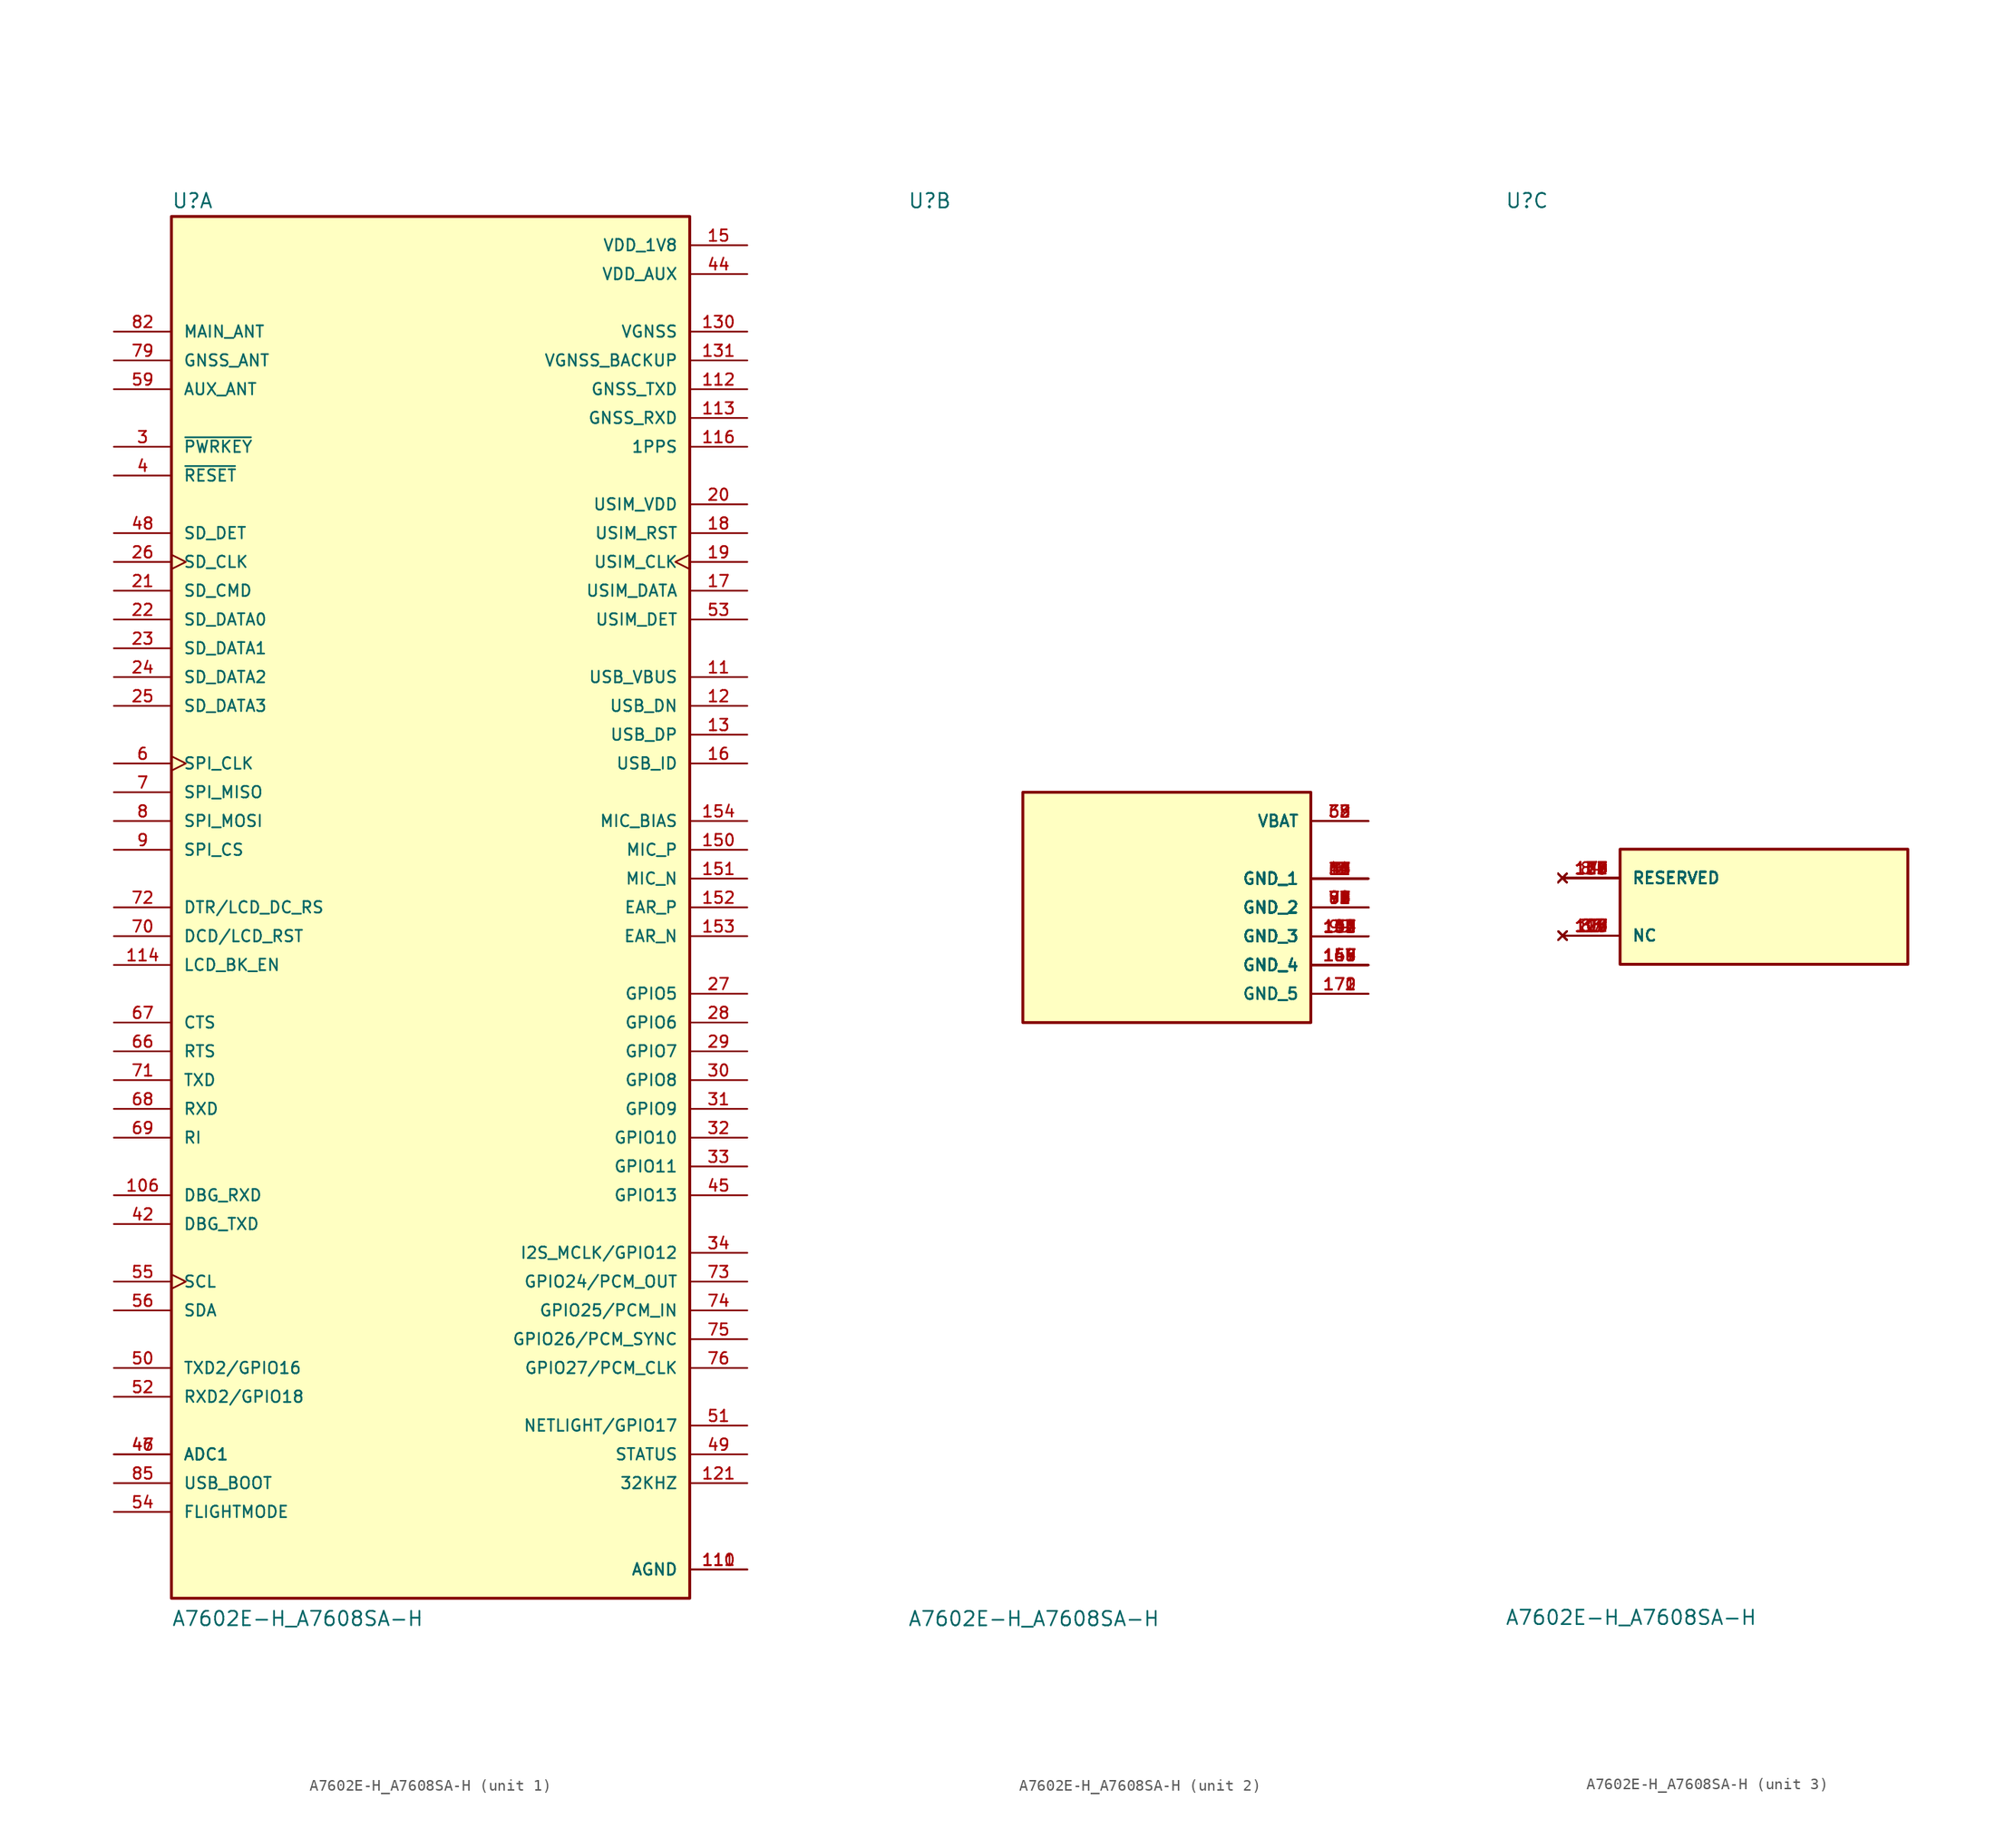
<source format=kicad_sym>
(kicad_symbol_lib
  (version 20211014)
  (generator kicad_symbol_editor)
  (symbol "A7602E-H_A7608SA-H"
    (pin_names
      (offset 1.016))
    (property "Reference" "U"
      (at -22.86 61.595 0)
      (effects (font (size 1.27 1.27)) (justify bottom left)))
    (property "Value" "A7602E-H_A7608SA-H"
      (at -22.86 -63.5 0)
      (effects (font (size 1.27 1.27)) (justify bottom left)))
    (symbol "A7602E-H_A7608SA-H_1_0"
      (rectangle (start -22.86 -60.96) (end 22.86 60.96) (stroke (width 0.254)) (fill (type background)))
      (pin input line (at -27.94 40.64 0) (length 5.08) (name "~{PWRKEY}" (effects (font (size 1.016 1.016)))) (number "3" (effects (font (size 1.016 1.016)))))
      (pin input line (at -27.94 38.1 0) (length 5.08) (name "~{RESET}" (effects (font (size 1.016 1.016)))) (number "4" (effects (font (size 1.016 1.016)))))
      (pin bidirectional line (at -27.94 27.94 0) (length 5.08) (name "SD_CMD" (effects (font (size 1.016 1.016)))) (number "21" (effects (font (size 1.016 1.016)))))
      (pin bidirectional line (at -27.94 25.4 0) (length 5.08) (name "SD_DATA0" (effects (font (size 1.016 1.016)))) (number "22" (effects (font (size 1.016 1.016)))))
      (pin output clock (at -27.94 30.48 0) (length 5.08) (name "SD_CLK" (effects (font (size 1.016 1.016)))) (number "26" (effects (font (size 1.016 1.016)))))
      (pin bidirectional line (at 27.94 27.94 180.0) (length 5.08) (name "USIM_DATA" (effects (font (size 1.016 1.016)))) (number "17" (effects (font (size 1.016 1.016)))))
      (pin output line (at 27.94 33.02 180.0) (length 5.08) (name "USIM_RST" (effects (font (size 1.016 1.016)))) (number "18" (effects (font (size 1.016 1.016)))))
      (pin output clock (at 27.94 30.48 180.0) (length 5.08) (name "USIM_CLK" (effects (font (size 1.016 1.016)))) (number "19" (effects (font (size 1.016 1.016)))))
      (pin power_in line (at 27.94 35.56 180.0) (length 5.08) (name "USIM_VDD" (effects (font (size 1.016 1.016)))) (number "20" (effects (font (size 1.016 1.016)))))
      (pin output clock (at -27.94 12.7 0) (length 5.08) (name "SPI_CLK" (effects (font (size 1.016 1.016)))) (number "6" (effects (font (size 1.016 1.016)))))
      (pin input line (at -27.94 10.16 0) (length 5.08) (name "SPI_MISO" (effects (font (size 1.016 1.016)))) (number "7" (effects (font (size 1.016 1.016)))))
      (pin output line (at -27.94 7.62 0) (length 5.08) (name "SPI_MOSI" (effects (font (size 1.016 1.016)))) (number "8" (effects (font (size 1.016 1.016)))))
      (pin output line (at -27.94 5.08 0) (length 5.08) (name "SPI_CS" (effects (font (size 1.016 1.016)))) (number "9" (effects (font (size 1.016 1.016)))))
      (pin input line (at 27.94 20.32 180.0) (length 5.08) (name "USB_VBUS" (effects (font (size 1.016 1.016)))) (number "11" (effects (font (size 1.016 1.016)))))
      (pin bidirectional line (at 27.94 17.78 180.0) (length 5.08) (name "USB_DN" (effects (font (size 1.016 1.016)))) (number "12" (effects (font (size 1.016 1.016)))))
      (pin bidirectional line (at 27.94 15.24 180.0) (length 5.08) (name "USB_DP" (effects (font (size 1.016 1.016)))) (number "13" (effects (font (size 1.016 1.016)))))
      (pin input line (at 27.94 12.7 180.0) (length 5.08) (name "USB_ID" (effects (font (size 1.016 1.016)))) (number "16" (effects (font (size 1.016 1.016)))))
      (pin output line (at -27.94 -12.7 0) (length 5.08) (name "RTS" (effects (font (size 1.016 1.016)))) (number "66" (effects (font (size 1.016 1.016)))))
      (pin input line (at -27.94 -10.16 0) (length 5.08) (name "CTS" (effects (font (size 1.016 1.016)))) (number "67" (effects (font (size 1.016 1.016)))))
      (pin input line (at -27.94 -17.78 0) (length 5.08) (name "RXD" (effects (font (size 1.016 1.016)))) (number "68" (effects (font (size 1.016 1.016)))))
      (pin output line (at -27.94 -20.32 0) (length 5.08) (name "RI" (effects (font (size 1.016 1.016)))) (number "69" (effects (font (size 1.016 1.016)))))
      (pin output line (at -27.94 -2.54 0) (length 5.08) (name "DCD/LCD_RST" (effects (font (size 1.016 1.016)))) (number "70" (effects (font (size 1.016 1.016)))))
      (pin output line (at -27.94 -15.24 0) (length 5.08) (name "TXD" (effects (font (size 1.016 1.016)))) (number "71" (effects (font (size 1.016 1.016)))))
      (pin bidirectional line (at -27.94 0.0 0) (length 5.08) (name "DTR/LCD_DC_RS" (effects (font (size 1.016 1.016)))) (number "72" (effects (font (size 1.016 1.016)))))
      (pin output clock (at -27.94 -33.02 0) (length 5.08) (name "SCL" (effects (font (size 1.016 1.016)))) (number "55" (effects (font (size 1.016 1.016)))))
      (pin bidirectional line (at -27.94 -35.56 0) (length 5.08) (name "SDA" (effects (font (size 1.016 1.016)))) (number "56" (effects (font (size 1.016 1.016)))))
      (pin bidirectional line (at 27.94 -33.02 180.0) (length 5.08) (name "GPIO24/PCM_OUT" (effects (font (size 1.016 1.016)))) (number "73" (effects (font (size 1.016 1.016)))))
      (pin bidirectional line (at 27.94 -35.56 180.0) (length 5.08) (name "GPIO25/PCM_IN" (effects (font (size 1.016 1.016)))) (number "74" (effects (font (size 1.016 1.016)))))
      (pin bidirectional line (at 27.94 -38.1 180.0) (length 5.08) (name "GPIO26/PCM_SYNC" (effects (font (size 1.016 1.016)))) (number "75" (effects (font (size 1.016 1.016)))))
      (pin bidirectional line (at 27.94 -40.64 180.0) (length 5.08) (name "GPIO27/PCM_CLK" (effects (font (size 1.016 1.016)))) (number "76" (effects (font (size 1.016 1.016)))))
      (pin input line (at -27.94 -53.34 0) (length 5.08) (name "FLIGHTMODE" (effects (font (size 1.016 1.016)))) (number "54" (effects (font (size 1.016 1.016)))))
      (pin input line (at -27.94 33.02 0) (length 5.08) (name "SD_DET" (effects (font (size 1.016 1.016)))) (number "48" (effects (font (size 1.016 1.016)))))
      (pin input line (at 27.94 25.4 180.0) (length 5.08) (name "USIM_DET" (effects (font (size 1.016 1.016)))) (number "53" (effects (font (size 1.016 1.016)))))
      (pin bidirectional line (at -27.94 50.8 0) (length 5.08) (name "MAIN_ANT" (effects (font (size 1.016 1.016)))) (number "82" (effects (font (size 1.016 1.016)))))
      (pin input line (at -27.94 48.26 0) (length 5.08) (name "GNSS_ANT" (effects (font (size 1.016 1.016)))) (number "79" (effects (font (size 1.016 1.016)))))
      (pin input line (at -27.94 45.72 0) (length 5.08) (name "AUX_ANT" (effects (font (size 1.016 1.016)))) (number "59" (effects (font (size 1.016 1.016)))))
      (pin output line (at 27.94 -50.8 180.0) (length 5.08) (name "32KHZ" (effects (font (size 1.016 1.016)))) (number "121" (effects (font (size 1.016 1.016)))))
      (pin bidirectional line (at -27.94 22.86 0) (length 5.08) (name "SD_DATA1" (effects (font (size 1.016 1.016)))) (number "23" (effects (font (size 1.016 1.016)))))
      (pin bidirectional line (at -27.94 20.32 0) (length 5.08) (name "SD_DATA2" (effects (font (size 1.016 1.016)))) (number "24" (effects (font (size 1.016 1.016)))))
      (pin bidirectional line (at -27.94 17.78 0) (length 5.08) (name "SD_DATA3" (effects (font (size 1.016 1.016)))) (number "25" (effects (font (size 1.016 1.016)))))
      (pin input line (at -27.94 -50.8 0) (length 5.08) (name "USB_BOOT" (effects (font (size 1.016 1.016)))) (number "85" (effects (font (size 1.016 1.016)))))
      (pin output line (at -27.94 -27.94 0) (length 5.08) (name "DBG_TXD" (effects (font (size 1.016 1.016)))) (number "42" (effects (font (size 1.016 1.016)))))
      (pin input line (at -27.94 -48.26 0) (length 5.08) (name "ADC1" (effects (font (size 1.016 1.016)))) (number "46" (effects (font (size 1.016 1.016)))))
      (pin input line (at -27.94 -48.26 0) (length 5.08) (name "ADC1" (effects (font (size 1.016 1.016)))) (number "47" (effects (font (size 1.016 1.016)))))
      (pin bidirectional line (at 27.94 -45.72 180.0) (length 5.08) (name "NETLIGHT/GPIO17" (effects (font (size 1.016 1.016)))) (number "51" (effects (font (size 1.016 1.016)))))
      (pin output line (at 27.94 -48.26 180.0) (length 5.08) (name "STATUS" (effects (font (size 1.016 1.016)))) (number "49" (effects (font (size 1.016 1.016)))))
      (pin input line (at -27.94 -25.4 0) (length 5.08) (name "DBG_RXD" (effects (font (size 1.016 1.016)))) (number "106" (effects (font (size 1.016 1.016)))))
      (pin bidirectional line (at -27.94 -40.64 0) (length 5.08) (name "TXD2/GPIO16" (effects (font (size 1.016 1.016)))) (number "50" (effects (font (size 1.016 1.016)))))
      (pin bidirectional line (at -27.94 -43.18 0) (length 5.08) (name "RXD2/GPIO18" (effects (font (size 1.016 1.016)))) (number "52" (effects (font (size 1.016 1.016)))))
      (pin bidirectional line (at 27.94 -30.48 180.0) (length 5.08) (name "I2S_MCLK/GPIO12" (effects (font (size 1.016 1.016)))) (number "34" (effects (font (size 1.016 1.016)))))
      (pin input line (at 27.94 5.08 180.0) (length 5.08) (name "MIC_P" (effects (font (size 1.016 1.016)))) (number "150" (effects (font (size 1.016 1.016)))))
      (pin input line (at 27.94 2.54 180.0) (length 5.08) (name "MIC_N" (effects (font (size 1.016 1.016)))) (number "151" (effects (font (size 1.016 1.016)))))
      (pin output line (at 27.94 0.0 180.0) (length 5.08) (name "EAR_P" (effects (font (size 1.016 1.016)))) (number "152" (effects (font (size 1.016 1.016)))))
      (pin output line (at 27.94 -2.54 180.0) (length 5.08) (name "EAR_N" (effects (font (size 1.016 1.016)))) (number "153" (effects (font (size 1.016 1.016)))))
      (pin output line (at 27.94 7.62 180.0) (length 5.08) (name "MIC_BIAS" (effects (font (size 1.016 1.016)))) (number "154" (effects (font (size 1.016 1.016)))))
      (pin power_in line (at 27.94 50.8 180.0) (length 5.08) (name "VGNSS" (effects (font (size 1.016 1.016)))) (number "130" (effects (font (size 1.016 1.016)))))
      (pin power_in line (at 27.94 48.26 180.0) (length 5.08) (name "VGNSS_BACKUP" (effects (font (size 1.016 1.016)))) (number "131" (effects (font (size 1.016 1.016)))))
      (pin output line (at 27.94 45.72 180.0) (length 5.08) (name "GNSS_TXD" (effects (font (size 1.016 1.016)))) (number "112" (effects (font (size 1.016 1.016)))))
      (pin input line (at 27.94 43.18 180.0) (length 5.08) (name "GNSS_RXD" (effects (font (size 1.016 1.016)))) (number "113" (effects (font (size 1.016 1.016)))))
      (pin bidirectional line (at 27.94 40.64 180.0) (length 5.08) (name "1PPS" (effects (font (size 1.016 1.016)))) (number "116" (effects (font (size 1.016 1.016)))))
      (pin bidirectional line (at 27.94 -7.62 180.0) (length 5.08) (name "GPIO5" (effects (font (size 1.016 1.016)))) (number "27" (effects (font (size 1.016 1.016)))))
      (pin bidirectional line (at 27.94 -10.16 180.0) (length 5.08) (name "GPIO6" (effects (font (size 1.016 1.016)))) (number "28" (effects (font (size 1.016 1.016)))))
      (pin bidirectional line (at 27.94 -12.7 180.0) (length 5.08) (name "GPIO7" (effects (font (size 1.016 1.016)))) (number "29" (effects (font (size 1.016 1.016)))))
      (pin bidirectional line (at 27.94 -15.24 180.0) (length 5.08) (name "GPIO8" (effects (font (size 1.016 1.016)))) (number "30" (effects (font (size 1.016 1.016)))))
      (pin bidirectional line (at 27.94 -17.78 180.0) (length 5.08) (name "GPIO9" (effects (font (size 1.016 1.016)))) (number "31" (effects (font (size 1.016 1.016)))))
      (pin bidirectional line (at 27.94 -20.32 180.0) (length 5.08) (name "GPIO10" (effects (font (size 1.016 1.016)))) (number "32" (effects (font (size 1.016 1.016)))))
      (pin bidirectional line (at 27.94 -22.86 180.0) (length 5.08) (name "GPIO11" (effects (font (size 1.016 1.016)))) (number "33" (effects (font (size 1.016 1.016)))))
      (pin bidirectional line (at 27.94 -25.4 180.0) (length 5.08) (name "GPIO13" (effects (font (size 1.016 1.016)))) (number "45" (effects (font (size 1.016 1.016)))))
      (pin output line (at -27.94 -5.08 0) (length 5.08) (name "LCD_BK_EN" (effects (font (size 1.016 1.016)))) (number "114" (effects (font (size 1.016 1.016)))))
      (pin power_in line (at 27.94 -58.42 180.0) (length 5.08) (name "AGND" (effects (font (size 1.016 1.016)))) (number "110" (effects (font (size 1.016 1.016)))))
      (pin power_in line (at 27.94 -58.42 180.0) (length 5.08) (name "AGND" (effects (font (size 1.016 1.016)))) (number "111" (effects (font (size 1.016 1.016)))))
      (pin output line (at 27.94 55.88 180.0) (length 5.08) (name "VDD_AUX" (effects (font (size 1.016 1.016)))) (number "44" (effects (font (size 1.016 1.016)))))
      (pin output line (at 27.94 58.42 180.0) (length 5.08) (name "VDD_1V8" (effects (font (size 1.016 1.016)))) (number "15" (effects (font (size 1.016 1.016))))))
    (symbol "A7602E-H_A7608SA-H_2_0"
      (rectangle (start -12.7 -10.16) (end 12.7 10.16) (stroke (width 0.254)) (fill (type background)))
      (pin power_in line (at 17.78 7.62 180.0) (length 5.08) (name "VBAT" (effects (font (size 1.016 1.016)))) (number "38" (effects (font (size 1.016 1.016)))))
      (pin power_in line (at 17.78 7.62 180.0) (length 5.08) (name "VBAT" (effects (font (size 1.016 1.016)))) (number "39" (effects (font (size 1.016 1.016)))))
      (pin power_in line (at 17.78 7.62 180.0) (length 5.08) (name "VBAT" (effects (font (size 1.016 1.016)))) (number "62" (effects (font (size 1.016 1.016)))))
      (pin power_in line (at 17.78 7.62 180.0) (length 5.08) (name "VBAT" (effects (font (size 1.016 1.016)))) (number "63" (effects (font (size 1.016 1.016)))))
      (pin power_in line (at 17.78 2.54 180.0) (length 5.08) (name "GND_1" (effects (font (size 1.016 1.016)))) (number "1" (effects (font (size 1.016 1.016)))))
      (pin power_in line (at 17.78 2.54 180.0) (length 5.08) (name "GND_1" (effects (font (size 1.016 1.016)))) (number "2" (effects (font (size 1.016 1.016)))))
      (pin power_in line (at 17.78 2.54 180.0) (length 5.08) (name "GND_1" (effects (font (size 1.016 1.016)))) (number "5" (effects (font (size 1.016 1.016)))))
      (pin power_in line (at 17.78 2.54 180.0) (length 5.08) (name "GND_1" (effects (font (size 1.016 1.016)))) (number "10" (effects (font (size 1.016 1.016)))))
      (pin power_in line (at 17.78 2.54 180.0) (length 5.08) (name "GND_1" (effects (font (size 1.016 1.016)))) (number "14" (effects (font (size 1.016 1.016)))))
      (pin power_in line (at 17.78 2.54 180.0) (length 5.08) (name "GND_1" (effects (font (size 1.016 1.016)))) (number "37" (effects (font (size 1.016 1.016)))))
      (pin power_in line (at 17.78 2.54 180.0) (length 5.08) (name "GND_1" (effects (font (size 1.016 1.016)))) (number "40" (effects (font (size 1.016 1.016)))))
      (pin power_in line (at 17.78 2.54 180.0) (length 5.08) (name "GND_1" (effects (font (size 1.016 1.016)))) (number "41" (effects (font (size 1.016 1.016)))))
      (pin power_in line (at 17.78 2.54 180.0) (length 5.08) (name "GND_1" (effects (font (size 1.016 1.016)))) (number "43" (effects (font (size 1.016 1.016)))))
      (pin power_in line (at 17.78 2.54 180.0) (length 5.08) (name "GND_1" (effects (font (size 1.016 1.016)))) (number "57" (effects (font (size 1.016 1.016)))))
      (pin power_in line (at 17.78 2.54 180.0) (length 5.08) (name "GND_1" (effects (font (size 1.016 1.016)))) (number "58" (effects (font (size 1.016 1.016)))))
      (pin power_in line (at 17.78 2.54 180.0) (length 5.08) (name "GND_1" (effects (font (size 1.016 1.016)))) (number "60" (effects (font (size 1.016 1.016)))))
      (pin power_in line (at 17.78 2.54 180.0) (length 5.08) (name "GND_1" (effects (font (size 1.016 1.016)))) (number "61" (effects (font (size 1.016 1.016)))))
      (pin power_in line (at 17.78 2.54 180.0) (length 5.08) (name "GND_1" (effects (font (size 1.016 1.016)))) (number "64" (effects (font (size 1.016 1.016)))))
      (pin power_in line (at 17.78 2.54 180.0) (length 5.08) (name "GND_1" (effects (font (size 1.016 1.016)))) (number "65" (effects (font (size 1.016 1.016)))))
      (pin power_in line (at 17.78 0.0 180.0) (length 5.08) (name "GND_2" (effects (font (size 1.016 1.016)))) (number "77" (effects (font (size 1.016 1.016)))))
      (pin power_in line (at 17.78 0.0 180.0) (length 5.08) (name "GND_2" (effects (font (size 1.016 1.016)))) (number "78" (effects (font (size 1.016 1.016)))))
      (pin power_in line (at 17.78 0.0 180.0) (length 5.08) (name "GND_2" (effects (font (size 1.016 1.016)))) (number "80" (effects (font (size 1.016 1.016)))))
      (pin power_in line (at 17.78 0.0 180.0) (length 5.08) (name "GND_2" (effects (font (size 1.016 1.016)))) (number "81" (effects (font (size 1.016 1.016)))))
      (pin power_in line (at 17.78 0.0 180.0) (length 5.08) (name "GND_2" (effects (font (size 1.016 1.016)))) (number "88" (effects (font (size 1.016 1.016)))))
      (pin power_in line (at 17.78 0.0 180.0) (length 5.08) (name "GND_2" (effects (font (size 1.016 1.016)))) (number "89" (effects (font (size 1.016 1.016)))))
      (pin power_in line (at 17.78 0.0 180.0) (length 5.08) (name "GND_2" (effects (font (size 1.016 1.016)))) (number "90" (effects (font (size 1.016 1.016)))))
      (pin power_in line (at 17.78 0.0 180.0) (length 5.08) (name "GND_2" (effects (font (size 1.016 1.016)))) (number "91" (effects (font (size 1.016 1.016)))))
      (pin power_in line (at 17.78 0.0 180.0) (length 5.08) (name "GND_2" (effects (font (size 1.016 1.016)))) (number "92" (effects (font (size 1.016 1.016)))))
      (pin power_in line (at 17.78 0.0 180.0) (length 5.08) (name "GND_2" (effects (font (size 1.016 1.016)))) (number "93" (effects (font (size 1.016 1.016)))))
      (pin power_in line (at 17.78 0.0 180.0) (length 5.08) (name "GND_2" (effects (font (size 1.016 1.016)))) (number "94" (effects (font (size 1.016 1.016)))))
      (pin power_in line (at 17.78 0.0 180.0) (length 5.08) (name "GND_2" (effects (font (size 1.016 1.016)))) (number "95" (effects (font (size 1.016 1.016)))))
      (pin power_in line (at 17.78 0.0 180.0) (length 5.08) (name "GND_2" (effects (font (size 1.016 1.016)))) (number "96" (effects (font (size 1.016 1.016)))))
      (pin power_in line (at 17.78 0.0 180.0) (length 5.08) (name "GND_2" (effects (font (size 1.016 1.016)))) (number "97" (effects (font (size 1.016 1.016)))))
      (pin power_in line (at 17.78 0.0 180.0) (length 5.08) (name "GND_2" (effects (font (size 1.016 1.016)))) (number "98" (effects (font (size 1.016 1.016)))))
      (pin power_in line (at 17.78 -2.54 180.0) (length 5.08) (name "GND_3" (effects (font (size 1.016 1.016)))) (number "99" (effects (font (size 1.016 1.016)))))
      (pin power_in line (at 17.78 -2.54 180.0) (length 5.08) (name "GND_3" (effects (font (size 1.016 1.016)))) (number "100" (effects (font (size 1.016 1.016)))))
      (pin power_in line (at 17.78 -2.54 180.0) (length 5.08) (name "GND_3" (effects (font (size 1.016 1.016)))) (number "101" (effects (font (size 1.016 1.016)))))
      (pin power_in line (at 17.78 -2.54 180.0) (length 5.08) (name "GND_3" (effects (font (size 1.016 1.016)))) (number "102" (effects (font (size 1.016 1.016)))))
      (pin power_in line (at 17.78 -2.54 180.0) (length 5.08) (name "GND_3" (effects (font (size 1.016 1.016)))) (number "103" (effects (font (size 1.016 1.016)))))
      (pin power_in line (at 17.78 -2.54 180.0) (length 5.08) (name "GND_3" (effects (font (size 1.016 1.016)))) (number "104" (effects (font (size 1.016 1.016)))))
      (pin power_in line (at 17.78 -2.54 180.0) (length 5.08) (name "GND_3" (effects (font (size 1.016 1.016)))) (number "105" (effects (font (size 1.016 1.016)))))
      (pin power_in line (at 17.78 -2.54 180.0) (length 5.08) (name "GND_3" (effects (font (size 1.016 1.016)))) (number "118" (effects (font (size 1.016 1.016)))))
      (pin power_in line (at 17.78 -2.54 180.0) (length 5.08) (name "GND_3" (effects (font (size 1.016 1.016)))) (number "134" (effects (font (size 1.016 1.016)))))
      (pin power_in line (at 17.78 -2.54 180.0) (length 5.08) (name "GND_3" (effects (font (size 1.016 1.016)))) (number "137" (effects (font (size 1.016 1.016)))))
      (pin power_in line (at 17.78 -2.54 180.0) (length 5.08) (name "GND_3" (effects (font (size 1.016 1.016)))) (number "140" (effects (font (size 1.016 1.016)))))
      (pin power_in line (at 17.78 -2.54 180.0) (length 5.08) (name "GND_3" (effects (font (size 1.016 1.016)))) (number "141" (effects (font (size 1.016 1.016)))))
      (pin power_in line (at 17.78 -2.54 180.0) (length 5.08) (name "GND_3" (effects (font (size 1.016 1.016)))) (number "142" (effects (font (size 1.016 1.016)))))
      (pin power_in line (at 17.78 -2.54 180.0) (length 5.08) (name "GND_3" (effects (font (size 1.016 1.016)))) (number "143" (effects (font (size 1.016 1.016)))))
      (pin power_in line (at 17.78 -2.54 180.0) (length 5.08) (name "GND_3" (effects (font (size 1.016 1.016)))) (number "144" (effects (font (size 1.016 1.016)))))
      (pin power_in line (at 17.78 -5.08 180.0) (length 5.08) (name "GND_4" (effects (font (size 1.016 1.016)))) (number "145" (effects (font (size 1.016 1.016)))))
      (pin power_in line (at 17.78 -5.08 180.0) (length 5.08) (name "GND_4" (effects (font (size 1.016 1.016)))) (number "146" (effects (font (size 1.016 1.016)))))
      (pin power_in line (at 17.78 -5.08 180.0) (length 5.08) (name "GND_4" (effects (font (size 1.016 1.016)))) (number "147" (effects (font (size 1.016 1.016)))))
      (pin power_in line (at 17.78 -5.08 180.0) (length 5.08) (name "GND_4" (effects (font (size 1.016 1.016)))) (number "148" (effects (font (size 1.016 1.016)))))
      (pin power_in line (at 17.78 -5.08 180.0) (length 5.08) (name "GND_4" (effects (font (size 1.016 1.016)))) (number "149" (effects (font (size 1.016 1.016)))))
      (pin power_in line (at 17.78 -5.08 180.0) (length 5.08) (name "GND_4" (effects (font (size 1.016 1.016)))) (number "155" (effects (font (size 1.016 1.016)))))
      (pin power_in line (at 17.78 -5.08 180.0) (length 5.08) (name "GND_4" (effects (font (size 1.016 1.016)))) (number "156" (effects (font (size 1.016 1.016)))))
      (pin power_in line (at 17.78 -5.08 180.0) (length 5.08) (name "GND_4" (effects (font (size 1.016 1.016)))) (number "157" (effects (font (size 1.016 1.016)))))
      (pin power_in line (at 17.78 -5.08 180.0) (length 5.08) (name "GND_4" (effects (font (size 1.016 1.016)))) (number "158" (effects (font (size 1.016 1.016)))))
      (pin power_in line (at 17.78 -5.08 180.0) (length 5.08) (name "GND_4" (effects (font (size 1.016 1.016)))) (number "164" (effects (font (size 1.016 1.016)))))
      (pin power_in line (at 17.78 -5.08 180.0) (length 5.08) (name "GND_4" (effects (font (size 1.016 1.016)))) (number "165" (effects (font (size 1.016 1.016)))))
      (pin power_in line (at 17.78 -5.08 180.0) (length 5.08) (name "GND_4" (effects (font (size 1.016 1.016)))) (number "166" (effects (font (size 1.016 1.016)))))
      (pin power_in line (at 17.78 -5.08 180.0) (length 5.08) (name "GND_4" (effects (font (size 1.016 1.016)))) (number "167" (effects (font (size 1.016 1.016)))))
      (pin power_in line (at 17.78 -5.08 180.0) (length 5.08) (name "GND_4" (effects (font (size 1.016 1.016)))) (number "168" (effects (font (size 1.016 1.016)))))
      (pin power_in line (at 17.78 -5.08 180.0) (length 5.08) (name "GND_4" (effects (font (size 1.016 1.016)))) (number "169" (effects (font (size 1.016 1.016)))))
      (pin power_in line (at 17.78 -7.62 180.0) (length 5.08) (name "GND_5" (effects (font (size 1.016 1.016)))) (number "170" (effects (font (size 1.016 1.016)))))
      (pin power_in line (at 17.78 -7.62 180.0) (length 5.08) (name "GND_5" (effects (font (size 1.016 1.016)))) (number "171" (effects (font (size 1.016 1.016)))))
      (pin power_in line (at 17.78 -7.62 180.0) (length 5.08) (name "GND_5" (effects (font (size 1.016 1.016)))) (number "172" (effects (font (size 1.016 1.016))))))
    (symbol "A7602E-H_A7608SA-H_3_0"
      (rectangle (start -12.7 -5.08) (end 12.7 5.08) (stroke (width 0.254)) (fill (type background)))
      (pin no_connect line (at -17.78 2.54 0) (length 5.08) (name "RESERVED" (effects (font (size 1.016 1.016)))) (number "84" (effects (font (size 1.016 1.016)))))
      (pin no_connect line (at -17.78 2.54 0) (length 5.08) (name "RESERVED" (effects (font (size 1.016 1.016)))) (number "115" (effects (font (size 1.016 1.016)))))
      (pin no_connect line (at -17.78 2.54 0) (length 5.08) (name "RESERVED" (effects (font (size 1.016 1.016)))) (number "120" (effects (font (size 1.016 1.016)))))
      (pin no_connect line (at -17.78 2.54 0) (length 5.08) (name "RESERVED" (effects (font (size 1.016 1.016)))) (number "125" (effects (font (size 1.016 1.016)))))
      (pin no_connect line (at -17.78 2.54 0) (length 5.08) (name "RESERVED" (effects (font (size 1.016 1.016)))) (number "126" (effects (font (size 1.016 1.016)))))
      (pin no_connect line (at -17.78 2.54 0) (length 5.08) (name "RESERVED" (effects (font (size 1.016 1.016)))) (number "127" (effects (font (size 1.016 1.016)))))
      (pin no_connect line (at -17.78 2.54 0) (length 5.08) (name "RESERVED" (effects (font (size 1.016 1.016)))) (number "128" (effects (font (size 1.016 1.016)))))
      (pin no_connect line (at -17.78 2.54 0) (length 5.08) (name "RESERVED" (effects (font (size 1.016 1.016)))) (number "129" (effects (font (size 1.016 1.016)))))
      (pin no_connect line (at -17.78 2.54 0) (length 5.08) (name "RESERVED" (effects (font (size 1.016 1.016)))) (number "132" (effects (font (size 1.016 1.016)))))
      (pin no_connect line (at -17.78 2.54 0) (length 5.08) (name "RESERVED" (effects (font (size 1.016 1.016)))) (number "133" (effects (font (size 1.016 1.016)))))
      (pin no_connect line (at -17.78 2.54 0) (length 5.08) (name "RESERVED" (effects (font (size 1.016 1.016)))) (number "135" (effects (font (size 1.016 1.016)))))
      (pin no_connect line (at -17.78 2.54 0) (length 5.08) (name "RESERVED" (effects (font (size 1.016 1.016)))) (number "136" (effects (font (size 1.016 1.016)))))
      (pin no_connect line (at -17.78 2.54 0) (length 5.08) (name "RESERVED" (effects (font (size 1.016 1.016)))) (number "138" (effects (font (size 1.016 1.016)))))
      (pin no_connect line (at -17.78 2.54 0) (length 5.08) (name "RESERVED" (effects (font (size 1.016 1.016)))) (number "139" (effects (font (size 1.016 1.016)))))
      (pin no_connect line (at -17.78 2.54 0) (length 5.08) (name "RESERVED" (effects (font (size 1.016 1.016)))) (number "159" (effects (font (size 1.016 1.016)))))
      (pin no_connect line (at -17.78 2.54 0) (length 5.08) (name "RESERVED" (effects (font (size 1.016 1.016)))) (number "160" (effects (font (size 1.016 1.016)))))
      (pin no_connect line (at -17.78 2.54 0) (length 5.08) (name "RESERVED" (effects (font (size 1.016 1.016)))) (number "161" (effects (font (size 1.016 1.016)))))
      (pin no_connect line (at -17.78 2.54 0) (length 5.08) (name "RESERVED" (effects (font (size 1.016 1.016)))) (number "162" (effects (font (size 1.016 1.016)))))
      (pin no_connect line (at -17.78 2.54 0) (length 5.08) (name "RESERVED" (effects (font (size 1.016 1.016)))) (number "163" (effects (font (size 1.016 1.016)))))
      (pin no_connect line (at -17.78 -2.54 0) (length 5.08) (name "NC" (effects (font (size 1.016 1.016)))) (number "35" (effects (font (size 1.016 1.016)))))
      (pin no_connect line (at -17.78 -2.54 0) (length 5.08) (name "NC" (effects (font (size 1.016 1.016)))) (number "36" (effects (font (size 1.016 1.016)))))
      (pin no_connect line (at -17.78 -2.54 0) (length 5.08) (name "NC" (effects (font (size 1.016 1.016)))) (number "83" (effects (font (size 1.016 1.016)))))
      (pin no_connect line (at -17.78 -2.54 0) (length 5.08) (name "NC" (effects (font (size 1.016 1.016)))) (number "86" (effects (font (size 1.016 1.016)))))
      (pin no_connect line (at -17.78 -2.54 0) (length 5.08) (name "NC" (effects (font (size 1.016 1.016)))) (number "87" (effects (font (size 1.016 1.016)))))
      (pin no_connect line (at -17.78 -2.54 0) (length 5.08) (name "NC" (effects (font (size 1.016 1.016)))) (number "107" (effects (font (size 1.016 1.016)))))
      (pin no_connect line (at -17.78 -2.54 0) (length 5.08) (name "NC" (effects (font (size 1.016 1.016)))) (number "108" (effects (font (size 1.016 1.016)))))
      (pin no_connect line (at -17.78 -2.54 0) (length 5.08) (name "NC" (effects (font (size 1.016 1.016)))) (number "109" (effects (font (size 1.016 1.016)))))
      (pin no_connect line (at -17.78 -2.54 0) (length 5.08) (name "NC" (effects (font (size 1.016 1.016)))) (number "117" (effects (font (size 1.016 1.016)))))
      (pin no_connect line (at -17.78 -2.54 0) (length 5.08) (name "NC" (effects (font (size 1.016 1.016)))) (number "119" (effects (font (size 1.016 1.016)))))
      (pin no_connect line (at -17.78 -2.54 0) (length 5.08) (name "NC" (effects (font (size 1.016 1.016)))) (number "122" (effects (font (size 1.016 1.016)))))
      (pin no_connect line (at -17.78 -2.54 0) (length 5.08) (name "NC" (effects (font (size 1.016 1.016)))) (number "123" (effects (font (size 1.016 1.016)))))
      (pin no_connect line (at -17.78 -2.54 0) (length 5.08) (name "NC" (effects (font (size 1.016 1.016)))) (number "124" (effects (font (size 1.016 1.016))))))))
</source>
